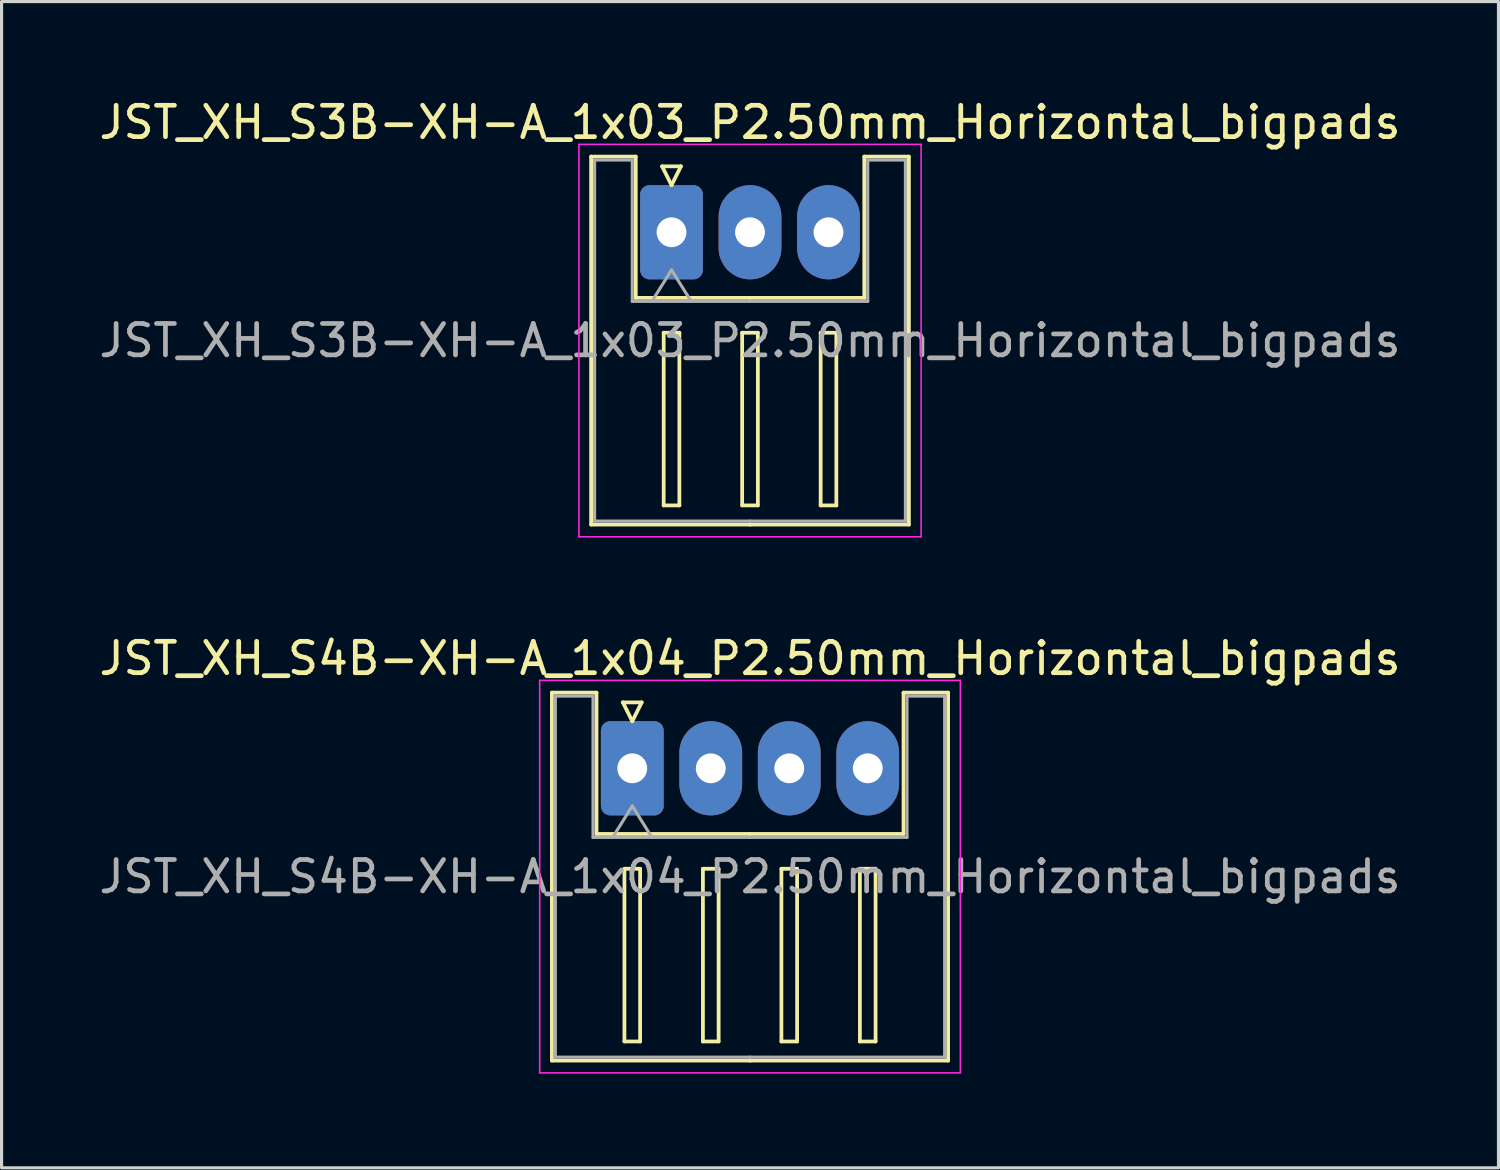
<source format=kicad_pcb>
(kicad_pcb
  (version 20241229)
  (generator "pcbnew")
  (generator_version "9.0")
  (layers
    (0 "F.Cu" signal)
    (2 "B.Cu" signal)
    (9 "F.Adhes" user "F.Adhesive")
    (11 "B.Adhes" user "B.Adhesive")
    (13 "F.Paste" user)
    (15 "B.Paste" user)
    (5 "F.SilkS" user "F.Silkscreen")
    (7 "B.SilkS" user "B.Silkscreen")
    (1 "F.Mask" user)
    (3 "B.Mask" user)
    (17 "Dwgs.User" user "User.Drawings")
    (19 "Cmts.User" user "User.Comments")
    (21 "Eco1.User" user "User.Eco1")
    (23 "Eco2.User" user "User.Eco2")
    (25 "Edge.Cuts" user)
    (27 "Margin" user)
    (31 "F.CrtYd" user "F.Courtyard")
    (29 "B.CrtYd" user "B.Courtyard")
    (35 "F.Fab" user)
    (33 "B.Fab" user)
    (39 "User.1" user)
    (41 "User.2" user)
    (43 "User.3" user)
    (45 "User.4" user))
  (footprint "JST_XH_S3B-XH-A_1x03_P2.50mm_Horizontal_bigpads"
    (layer "F.Cu")
    (at 18.339 4.348)
    (property "Reference" "JST_XH_S3B-XH-A_1x03_P2.50mm_Horizontal_bigpads" (at 2.5 -3.5 180) (layer "F.SilkS") (effects (font (size 1 1) (thickness 0.15))))
    (attr through_hole)
    (fp_line (start -2.56 -2.41) (end -1.14 -2.41) (stroke (width 0.12) (type solid)) (layer "F.SilkS"))
    (fp_line (start -2.56 9.31) (end -2.56 -2.41) (stroke (width 0.12) (type solid)) (layer "F.SilkS"))
    (fp_line (start -1.14 -2.41) (end -1.14 2.09) (stroke (width 0.12) (type solid)) (layer "F.SilkS"))
    (fp_line (start -1.14 2.09) (end 2.5 2.09) (stroke (width 0.12) (type solid)) (layer "F.SilkS"))
    (fp_line (start -0.3 -2.1) (end 0.3 -2.1) (stroke (width 0.12) (type solid)) (layer "F.SilkS"))
    (fp_line (start -0.25 3.2) (end -0.25 8.7) (stroke (width 0.12) (type solid)) (layer "F.SilkS"))
    (fp_line (start -0.25 8.7) (end 0.25 8.7) (stroke (width 0.12) (type solid)) (layer "F.SilkS"))
    (fp_line (start 0 -1.5) (end -0.3 -2.1) (stroke (width 0.12) (type solid)) (layer "F.SilkS"))
    (fp_line (start 0.25 3.2) (end -0.25 3.2) (stroke (width 0.12) (type solid)) (layer "F.SilkS"))
    (fp_line (start 0.25 8.7) (end 0.25 3.2) (stroke (width 0.12) (type solid)) (layer "F.SilkS"))
    (fp_line (start 0.3 -2.1) (end 0 -1.5) (stroke (width 0.12) (type solid)) (layer "F.SilkS"))
    (fp_line (start 2.25 3.2) (end 2.25 8.7) (stroke (width 0.12) (type solid)) (layer "F.SilkS"))
    (fp_line (start 2.25 8.7) (end 2.75 8.7) (stroke (width 0.12) (type solid)) (layer "F.SilkS"))
    (fp_line (start 2.5 9.31) (end -2.56 9.31) (stroke (width 0.12) (type solid)) (layer "F.SilkS"))
    (fp_line (start 2.5 9.31) (end 7.56 9.31) (stroke (width 0.12) (type solid)) (layer "F.SilkS"))
    (fp_line (start 2.75 3.2) (end 2.25 3.2) (stroke (width 0.12) (type solid)) (layer "F.SilkS"))
    (fp_line (start 2.75 8.7) (end 2.75 3.2) (stroke (width 0.12) (type solid)) (layer "F.SilkS"))
    (fp_line (start 4.75 3.2) (end 4.75 8.7) (stroke (width 0.12) (type solid)) (layer "F.SilkS"))
    (fp_line (start 4.75 8.7) (end 5.25 8.7) (stroke (width 0.12) (type solid)) (layer "F.SilkS"))
    (fp_line (start 5.25 3.2) (end 4.75 3.2) (stroke (width 0.12) (type solid)) (layer "F.SilkS"))
    (fp_line (start 5.25 8.7) (end 5.25 3.2) (stroke (width 0.12) (type solid)) (layer "F.SilkS"))
    (fp_line (start 6.14 -2.41) (end 6.14 2.09) (stroke (width 0.12) (type solid)) (layer "F.SilkS"))
    (fp_line (start 6.14 2.09) (end 2.5 2.09) (stroke (width 0.12) (type solid)) (layer "F.SilkS"))
    (fp_line (start 7.56 -2.41) (end 6.14 -2.41) (stroke (width 0.12) (type solid)) (layer "F.SilkS"))
    (fp_line (start 7.56 9.31) (end 7.56 -2.41) (stroke (width 0.12) (type solid)) (layer "F.SilkS"))
    (fp_line (start -2.95 -2.8) (end -2.95 9.7) (stroke (width 0.05) (type solid)) (layer "F.CrtYd"))
    (fp_line (start -2.95 9.7) (end 7.95 9.7) (stroke (width 0.05) (type solid)) (layer "F.CrtYd"))
    (fp_line (start 7.95 -2.8) (end -2.95 -2.8) (stroke (width 0.05) (type solid)) (layer "F.CrtYd"))
    (fp_line (start 7.95 9.7) (end 7.95 -2.8) (stroke (width 0.05) (type solid)) (layer "F.CrtYd"))
    (fp_line (start -2.45 -2.3) (end -1.25 -2.3) (stroke (width 0.1) (type solid)) (layer "F.Fab"))
    (fp_line (start -2.45 9.2) (end -2.45 -2.3) (stroke (width 0.1) (type solid)) (layer "F.Fab"))
    (fp_line (start -1.25 -2.3) (end -1.25 2.2) (stroke (width 0.1) (type solid)) (layer "F.Fab"))
    (fp_line (start -1.25 2.2) (end 2.5 2.2) (stroke (width 0.1) (type solid)) (layer "F.Fab"))
    (fp_line (start -0.625 2.2) (end 0 1.2) (stroke (width 0.1) (type solid)) (layer "F.Fab"))
    (fp_line (start 0 1.2) (end 0.625 2.2) (stroke (width 0.1) (type solid)) (layer "F.Fab"))
    (fp_line (start 2.5 9.2) (end -2.45 9.2) (stroke (width 0.1) (type solid)) (layer "F.Fab"))
    (fp_line (start 2.5 9.2) (end 7.45 9.2) (stroke (width 0.1) (type solid)) (layer "F.Fab"))
    (fp_line (start 6.25 -2.3) (end 6.25 2.2) (stroke (width 0.1) (type solid)) (layer "F.Fab"))
    (fp_line (start 6.25 2.2) (end 2.5 2.2) (stroke (width 0.1) (type solid)) (layer "F.Fab"))
    (fp_line (start 7.45 -2.3) (end 6.25 -2.3) (stroke (width 0.1) (type solid)) (layer "F.Fab"))
    (fp_line (start 7.45 9.2) (end 7.45 -2.3) (stroke (width 0.1) (type solid)) (layer "F.Fab"))
    (fp_text user "${REFERENCE}" (at 2.5 3.45 180) (layer "F.Fab") (effects (font (size 1 1) (thickness 0.15))))
    (pad "1" thru_hole roundrect (at 0 0) (size 2 3) (drill 0.95) (layers "*.Cu" "*.Mask") (roundrect_rratio 0.147))
    (pad "2" thru_hole oval (at 2.5 0) (size 2 3) (drill 0.95) (layers "*.Cu" "*.Mask"))
    (pad "3" thru_hole oval (at 5 0) (size 2 3) (drill 0.95) (layers "*.Cu" "*.Mask")))
  (footprint "JST_XH_S4B-XH-A_1x04_P2.50mm_Horizontal_bigpads"
    (layer "F.Cu")
    (at 17.089 21.422)
    (property "Reference" "JST_XH_S4B-XH-A_1x04_P2.50mm_Horizontal_bigpads" (at 3.75 -3.5 180) (layer "F.SilkS") (effects (font (size 1 1) (thickness 0.15))))
    (attr through_hole)
    (fp_line (start -2.56 -2.41) (end -1.14 -2.41) (stroke (width 0.12) (type solid)) (layer "F.SilkS"))
    (fp_line (start -2.56 9.31) (end -2.56 -2.41) (stroke (width 0.12) (type solid)) (layer "F.SilkS"))
    (fp_line (start -1.14 -2.41) (end -1.14 2.09) (stroke (width 0.12) (type solid)) (layer "F.SilkS"))
    (fp_line (start -1.14 2.09) (end 3.75 2.09) (stroke (width 0.12) (type solid)) (layer "F.SilkS"))
    (fp_line (start -0.3 -2.1) (end 0.3 -2.1) (stroke (width 0.12) (type solid)) (layer "F.SilkS"))
    (fp_line (start -0.25 3.2) (end -0.25 8.7) (stroke (width 0.12) (type solid)) (layer "F.SilkS"))
    (fp_line (start -0.25 8.7) (end 0.25 8.7) (stroke (width 0.12) (type solid)) (layer "F.SilkS"))
    (fp_line (start 0 -1.5) (end -0.3 -2.1) (stroke (width 0.12) (type solid)) (layer "F.SilkS"))
    (fp_line (start 0.25 3.2) (end -0.25 3.2) (stroke (width 0.12) (type solid)) (layer "F.SilkS"))
    (fp_line (start 0.25 8.7) (end 0.25 3.2) (stroke (width 0.12) (type solid)) (layer "F.SilkS"))
    (fp_line (start 0.3 -2.1) (end 0 -1.5) (stroke (width 0.12) (type solid)) (layer "F.SilkS"))
    (fp_line (start 2.25 3.2) (end 2.25 8.7) (stroke (width 0.12) (type solid)) (layer "F.SilkS"))
    (fp_line (start 2.25 8.7) (end 2.75 8.7) (stroke (width 0.12) (type solid)) (layer "F.SilkS"))
    (fp_line (start 2.75 3.2) (end 2.25 3.2) (stroke (width 0.12) (type solid)) (layer "F.SilkS"))
    (fp_line (start 2.75 8.7) (end 2.75 3.2) (stroke (width 0.12) (type solid)) (layer "F.SilkS"))
    (fp_line (start 3.75 9.31) (end -2.56 9.31) (stroke (width 0.12) (type solid)) (layer "F.SilkS"))
    (fp_line (start 3.75 9.31) (end 10.06 9.31) (stroke (width 0.12) (type solid)) (layer "F.SilkS"))
    (fp_line (start 4.75 3.2) (end 4.75 8.7) (stroke (width 0.12) (type solid)) (layer "F.SilkS"))
    (fp_line (start 4.75 8.7) (end 5.25 8.7) (stroke (width 0.12) (type solid)) (layer "F.SilkS"))
    (fp_line (start 5.25 3.2) (end 4.75 3.2) (stroke (width 0.12) (type solid)) (layer "F.SilkS"))
    (fp_line (start 5.25 8.7) (end 5.25 3.2) (stroke (width 0.12) (type solid)) (layer "F.SilkS"))
    (fp_line (start 7.25 3.2) (end 7.25 8.7) (stroke (width 0.12) (type solid)) (layer "F.SilkS"))
    (fp_line (start 7.25 8.7) (end 7.75 8.7) (stroke (width 0.12) (type solid)) (layer "F.SilkS"))
    (fp_line (start 7.75 3.2) (end 7.25 3.2) (stroke (width 0.12) (type solid)) (layer "F.SilkS"))
    (fp_line (start 7.75 8.7) (end 7.75 3.2) (stroke (width 0.12) (type solid)) (layer "F.SilkS"))
    (fp_line (start 8.64 -2.41) (end 8.64 2.09) (stroke (width 0.12) (type solid)) (layer "F.SilkS"))
    (fp_line (start 8.64 2.09) (end 3.75 2.09) (stroke (width 0.12) (type solid)) (layer "F.SilkS"))
    (fp_line (start 10.06 -2.41) (end 8.64 -2.41) (stroke (width 0.12) (type solid)) (layer "F.SilkS"))
    (fp_line (start 10.06 9.31) (end 10.06 -2.41) (stroke (width 0.12) (type solid)) (layer "F.SilkS"))
    (fp_line (start -2.95 -2.8) (end -2.95 9.7) (stroke (width 0.05) (type solid)) (layer "F.CrtYd"))
    (fp_line (start -2.95 9.7) (end 10.45 9.7) (stroke (width 0.05) (type solid)) (layer "F.CrtYd"))
    (fp_line (start 10.45 -2.8) (end -2.95 -2.8) (stroke (width 0.05) (type solid)) (layer "F.CrtYd"))
    (fp_line (start 10.45 9.7) (end 10.45 -2.8) (stroke (width 0.05) (type solid)) (layer "F.CrtYd"))
    (fp_line (start -2.45 -2.3) (end -1.25 -2.3) (stroke (width 0.1) (type solid)) (layer "F.Fab"))
    (fp_line (start -2.45 9.2) (end -2.45 -2.3) (stroke (width 0.1) (type solid)) (layer "F.Fab"))
    (fp_line (start -1.25 -2.3) (end -1.25 2.2) (stroke (width 0.1) (type solid)) (layer "F.Fab"))
    (fp_line (start -1.25 2.2) (end 3.75 2.2) (stroke (width 0.1) (type solid)) (layer "F.Fab"))
    (fp_line (start -0.625 2.2) (end 0 1.2) (stroke (width 0.1) (type solid)) (layer "F.Fab"))
    (fp_line (start 0 1.2) (end 0.625 2.2) (stroke (width 0.1) (type solid)) (layer "F.Fab"))
    (fp_line (start 3.75 9.2) (end -2.45 9.2) (stroke (width 0.1) (type solid)) (layer "F.Fab"))
    (fp_line (start 3.75 9.2) (end 9.95 9.2) (stroke (width 0.1) (type solid)) (layer "F.Fab"))
    (fp_line (start 8.75 -2.3) (end 8.75 2.2) (stroke (width 0.1) (type solid)) (layer "F.Fab"))
    (fp_line (start 8.75 2.2) (end 3.75 2.2) (stroke (width 0.1) (type solid)) (layer "F.Fab"))
    (fp_line (start 9.95 -2.3) (end 8.75 -2.3) (stroke (width 0.1) (type solid)) (layer "F.Fab"))
    (fp_line (start 9.95 9.2) (end 9.95 -2.3) (stroke (width 0.1) (type solid)) (layer "F.Fab"))
    (fp_text user "${REFERENCE}" (at 3.75 3.45 180) (layer "F.Fab") (effects (font (size 1 1) (thickness 0.15))))
    (pad "1" thru_hole roundrect (at 0 0) (size 2 3) (drill 0.95) (layers "*.Cu" "*.Mask") (roundrect_rratio 0.147))
    (pad "2" thru_hole oval (at 2.5 0) (size 2 3) (drill 0.95) (layers "*.Cu" "*.Mask"))
    (pad "3" thru_hole oval (at 5 0) (size 2 3) (drill 0.95) (layers "*.Cu" "*.Mask"))
    (pad "4" thru_hole oval (at 7.5 0) (size 2 3) (drill 0.95) (layers "*.Cu" "*.Mask")))
  (gr_rect
    (start -3 -3)
    (end 44.679 34.147)
    (stroke (width 0.1) (type default))
    (fill no)
    (layer "Edge.Cuts")))
</source>
